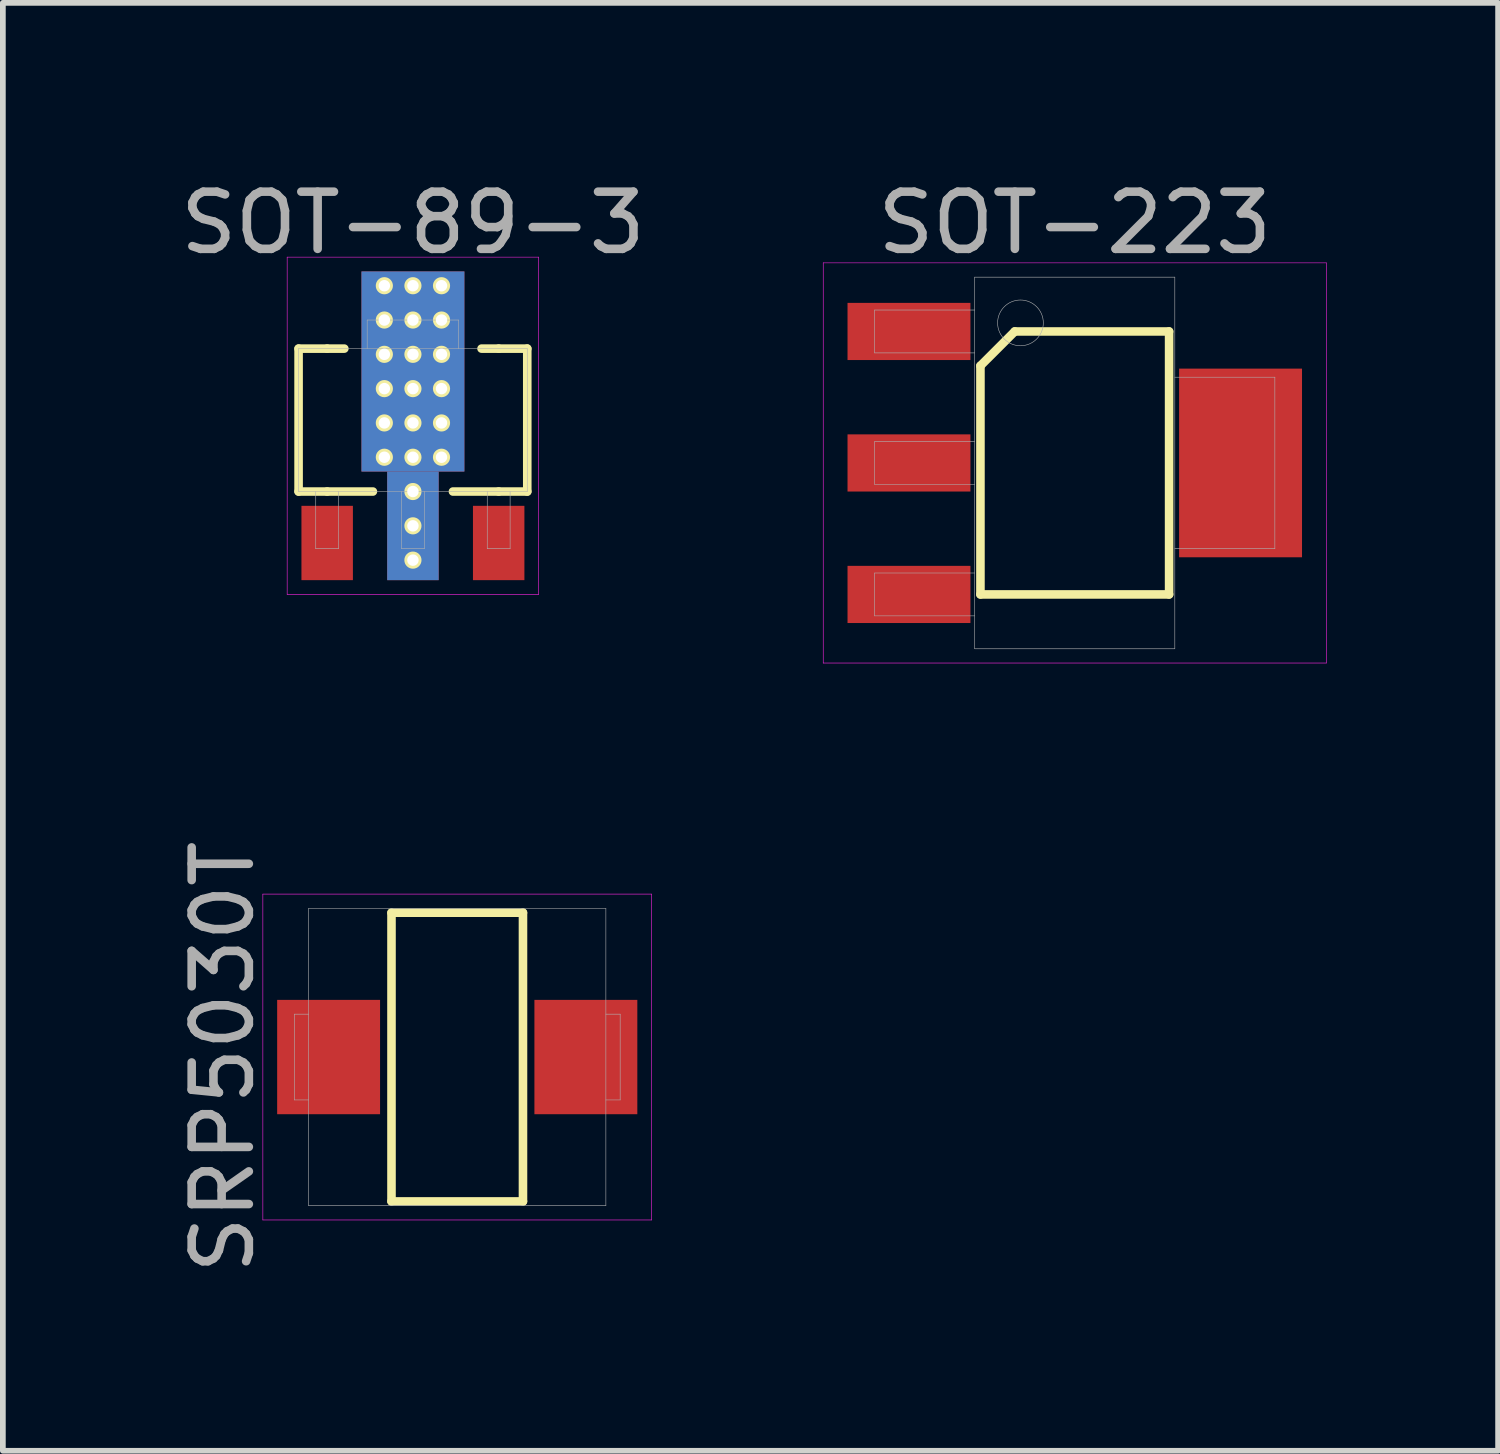
<source format=kicad_pcb>
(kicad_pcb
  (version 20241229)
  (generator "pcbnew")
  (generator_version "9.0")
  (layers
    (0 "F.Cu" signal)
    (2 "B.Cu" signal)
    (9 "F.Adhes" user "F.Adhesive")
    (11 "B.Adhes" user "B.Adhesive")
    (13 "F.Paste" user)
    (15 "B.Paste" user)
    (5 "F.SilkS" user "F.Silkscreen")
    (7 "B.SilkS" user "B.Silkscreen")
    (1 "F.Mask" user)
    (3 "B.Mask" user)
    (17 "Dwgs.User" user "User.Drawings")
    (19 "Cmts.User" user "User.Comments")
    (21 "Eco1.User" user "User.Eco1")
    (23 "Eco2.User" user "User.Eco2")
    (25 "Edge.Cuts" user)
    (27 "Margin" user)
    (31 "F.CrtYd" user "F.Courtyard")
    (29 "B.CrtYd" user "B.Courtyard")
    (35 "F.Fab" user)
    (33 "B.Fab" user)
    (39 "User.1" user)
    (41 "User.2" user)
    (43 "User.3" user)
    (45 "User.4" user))
  (footprint "SRP5030T"
    (layer "F.Cu")
    (at 4.948 15.44)
    (property "Reference" "SRP5030T" (at -4.1 0 90) (layer "F.Fab") (effects (font (size 1 1) (thickness 0.15))))
    (attr through_hole)
    (fp_line (start -1.15 -2.525) (end 1.15 -2.525) (stroke (width 0.15) (type solid)) (layer "F.SilkS"))
    (fp_line (start -1.15 2.525) (end -1.15 -2.525) (stroke (width 0.15) (type solid)) (layer "F.SilkS"))
    (fp_line (start 1.15 -2.525) (end 1.15 2.525) (stroke (width 0.15) (type solid)) (layer "F.SilkS"))
    (fp_line (start 1.15 2.525) (end -1.15 2.525) (stroke (width 0.15) (type solid)) (layer "F.SilkS"))
    (fp_line (start -3.4 -2.85) (end 3.4 -2.85) (stroke (width 0.01) (type solid)) (layer "F.CrtYd"))
    (fp_line (start -3.4 2.85) (end -3.4 -2.85) (stroke (width 0.01) (type solid)) (layer "F.CrtYd"))
    (fp_line (start 3.4 -2.85) (end 3.4 2.85) (stroke (width 0.01) (type solid)) (layer "F.CrtYd"))
    (fp_line (start 3.4 2.85) (end -3.4 2.85) (stroke (width 0.01) (type solid)) (layer "F.CrtYd"))
    (fp_line (start -2.85 -0.75) (end -2.85 0.75) (stroke (width 0.01) (type solid)) (layer "F.Fab"))
    (fp_line (start -2.85 -0.75) (end -2.6 -0.75) (stroke (width 0.01) (type solid)) (layer "F.Fab"))
    (fp_line (start -2.85 0.75) (end -2.6 0.75) (stroke (width 0.01) (type solid)) (layer "F.Fab"))
    (fp_line (start -2.6 -2.6) (end 2.6 -2.6) (stroke (width 0.01) (type solid)) (layer "F.Fab"))
    (fp_line (start -2.6 2.6) (end -2.6 -2.6) (stroke (width 0.01) (type solid)) (layer "F.Fab"))
    (fp_line (start 2.6 -2.6) (end 2.6 2.6) (stroke (width 0.01) (type solid)) (layer "F.Fab"))
    (fp_line (start 2.6 2.6) (end -2.6 2.6) (stroke (width 0.01) (type solid)) (layer "F.Fab"))
    (fp_line (start 2.85 -0.75) (end 2.6 -0.75) (stroke (width 0.01) (type solid)) (layer "F.Fab"))
    (fp_line (start 2.85 -0.75) (end 2.85 0.75) (stroke (width 0.01) (type solid)) (layer "F.Fab"))
    (fp_line (start 2.85 0.75) (end 2.6 0.75) (stroke (width 0.01) (type solid)) (layer "F.Fab"))
    (pad "1" smd rect (at -2.25 0) (size 1.8 2) (layers "F.Cu" "F.Mask" "F.Paste"))
    (pad "2" smd rect (at 2.25 0) (size 1.8 2) (layers "F.Cu" "F.Mask" "F.Paste")))
  (footprint "SOT-89-3"
    (layer "F.Cu")
    (at 4.173 4.348)
    (property "Reference" "SOT-89-3" (at 0 -3.5 0) (layer "F.Fab") (effects (font (size 1 1) (thickness 0.15))))
    (attr through_hole)
    (fp_line (start -2 -1.3) (end -2 1.2) (stroke (width 0.15) (type solid)) (layer "F.SilkS"))
    (fp_line (start -2 1.2) (end -1.5 1.2) (stroke (width 0.15) (type solid)) (layer "F.SilkS"))
    (fp_line (start -1.5 -1.3) (end -2 -1.3) (stroke (width 0.15) (type solid)) (layer "F.SilkS"))
    (fp_line (start -1.5 -1.3) (end -1.2 -1.3) (stroke (width 0.15) (type solid)) (layer "F.SilkS"))
    (fp_line (start -1.5 1.2) (end -0.7 1.2) (stroke (width 0.15) (type solid)) (layer "F.SilkS"))
    (fp_line (start 1.2 -1.3) (end 1.5 -1.3) (stroke (width 0.15) (type solid)) (layer "F.SilkS"))
    (fp_line (start 1.5 1.2) (end 0.7 1.2) (stroke (width 0.15) (type solid)) (layer "F.SilkS"))
    (fp_line (start 1.5 1.2) (end 2 1.2) (stroke (width 0.15) (type solid)) (layer "F.SilkS"))
    (fp_line (start 2 -1.3) (end 1.5 -1.3) (stroke (width 0.15) (type solid)) (layer "F.SilkS"))
    (fp_line (start 2 1.2) (end 2 -1.3) (stroke (width 0.15) (type solid)) (layer "F.SilkS"))
    (fp_line (start -2.2 -2.9) (end -2.2 3) (stroke (width 0.01) (type solid)) (layer "F.CrtYd"))
    (fp_line (start -2.2 3) (end 2.2 3) (stroke (width 0.01) (type solid)) (layer "F.CrtYd"))
    (fp_line (start 2.2 -2.9) (end -2.2 -2.9) (stroke (width 0.01) (type solid)) (layer "F.CrtYd"))
    (fp_line (start 2.2 3) (end 2.2 -2.9) (stroke (width 0.01) (type solid)) (layer "F.CrtYd"))
    (fp_line (start -2 -1.3) (end 2 -1.3) (stroke (width 0.01) (type solid)) (layer "F.Fab"))
    (fp_line (start -2 1.2) (end -2 -1.3) (stroke (width 0.01) (type solid)) (layer "F.Fab"))
    (fp_line (start -1.7 1.2) (end -1.7 2.2) (stroke (width 0.01) (type solid)) (layer "F.Fab"))
    (fp_line (start -1.7 2.2) (end -1.3 2.2) (stroke (width 0.01) (type solid)) (layer "F.Fab"))
    (fp_line (start -1.3 2.2) (end -1.3 1.2) (stroke (width 0.01) (type solid)) (layer "F.Fab"))
    (fp_line (start -0.8 -1.8) (end 0.8 -1.8) (stroke (width 0.01) (type solid)) (layer "F.Fab"))
    (fp_line (start -0.8 -1.3) (end -0.8 -1.8) (stroke (width 0.01) (type solid)) (layer "F.Fab"))
    (fp_line (start -0.2 1.2) (end -0.2 2.2) (stroke (width 0.01) (type solid)) (layer "F.Fab"))
    (fp_line (start -0.2 2.2) (end 0.2 2.2) (stroke (width 0.01) (type solid)) (layer "F.Fab"))
    (fp_line (start 0.2 2.2) (end 0.2 1.2) (stroke (width 0.01) (type solid)) (layer "F.Fab"))
    (fp_line (start 0.8 -1.8) (end 0.8 -1.3) (stroke (width 0.01) (type solid)) (layer "F.Fab"))
    (fp_line (start 1.3 1.2) (end 1.3 2.2) (stroke (width 0.01) (type solid)) (layer "F.Fab"))
    (fp_line (start 1.3 2.2) (end 1.7 2.2) (stroke (width 0.01) (type solid)) (layer "F.Fab"))
    (fp_line (start 1.7 2.2) (end 1.7 1.2) (stroke (width 0.01) (type solid)) (layer "F.Fab"))
    (fp_line (start 2 -1.3) (end 2 1.2) (stroke (width 0.01) (type solid)) (layer "F.Fab"))
    (fp_line (start 2 1.2) (end -2 1.2) (stroke (width 0.01) (type solid)) (layer "F.Fab"))
    (pad "1" smd rect (at -1.5 2.1 180) (size 0.9 1.3) (layers "F.Cu" "F.Mask" "F.Paste"))
    (pad "2" thru_hole circle (at -0.5 -2.4 180) (size 0.3 0.3) (drill 0.2) (layers "*.Cu" "F.Mask" "F.SilkS"))
    (pad "2" thru_hole circle (at -0.5 -1.8 180) (size 0.3 0.3) (drill 0.2) (layers "*.Cu" "F.Mask" "F.SilkS"))
    (pad "2" thru_hole circle (at -0.5 -1.2 180) (size 0.3 0.3) (drill 0.2) (layers "*.Cu" "F.Mask" "F.SilkS"))
    (pad "2" thru_hole circle (at -0.5 -0.6 180) (size 0.3 0.3) (drill 0.2) (layers "*.Cu" "F.Mask" "F.SilkS"))
    (pad "2" thru_hole circle (at -0.5 0 180) (size 0.3 0.3) (drill 0.2) (layers "*.Cu" "F.Mask" "F.SilkS"))
    (pad "2" thru_hole circle (at -0.5 0.6 180) (size 0.3 0.3) (drill 0.2) (layers "*.Cu" "F.Mask" "F.SilkS"))
    (pad "2" thru_hole circle (at 0 -2.4 180) (size 0.3 0.3) (drill 0.2) (layers "*.Cu" "F.Mask" "F.SilkS"))
    (pad "2" thru_hole circle (at 0 -1.8 180) (size 0.3 0.3) (drill 0.2) (layers "*.Cu" "F.Mask" "F.SilkS"))
    (pad "2" thru_hole circle (at 0 -1.2 180) (size 0.3 0.3) (drill 0.2) (layers "*.Cu" "F.Mask" "F.SilkS"))
    (pad "2" smd rect (at 0 -0.9 180) (size 1.8 3.5) (layers "F.Cu" "F.Mask" "F.Paste"))
    (pad "2" smd rect (at 0 -0.9 180) (size 1.8 3.5) (layers "B.Cu"))
    (pad "2" thru_hole circle (at 0 -0.6 180) (size 0.3 0.3) (drill 0.2) (layers "*.Cu" "F.Mask" "F.SilkS"))
    (pad "2" thru_hole circle (at 0 0 180) (size 0.3 0.3) (drill 0.2) (layers "*.Cu" "F.Mask" "F.SilkS"))
    (pad "2" thru_hole circle (at 0 0.6 180) (size 0.3 0.3) (drill 0.2) (layers "*.Cu" "F.Mask" "F.SilkS"))
    (pad "2" thru_hole circle (at 0 1.2 180) (size 0.3 0.3) (drill 0.2) (layers "*.Cu" "F.Mask" "F.SilkS"))
    (pad "2" thru_hole circle (at 0 1.8 180) (size 0.3 0.3) (drill 0.2) (layers "*.Cu" "F.Mask" "F.SilkS"))
    (pad "2" smd rect (at 0 1.8 180) (size 0.9 1.9) (layers "F.Cu" "F.Mask" "F.Paste"))
    (pad "2" smd rect (at 0 1.8 180) (size 0.9 1.9) (layers "B.Cu"))
    (pad "2" thru_hole circle (at 0 2.4 180) (size 0.3 0.3) (drill 0.2) (layers "*.Cu" "F.Mask" "F.SilkS"))
    (pad "2" thru_hole circle (at 0.5 -2.4 180) (size 0.3 0.3) (drill 0.2) (layers "*.Cu" "F.Mask" "F.SilkS"))
    (pad "2" thru_hole circle (at 0.5 -1.8 180) (size 0.3 0.3) (drill 0.2) (layers "*.Cu" "F.Mask" "F.SilkS"))
    (pad "2" thru_hole circle (at 0.5 -1.2 180) (size 0.3 0.3) (drill 0.2) (layers "*.Cu" "F.Mask" "F.SilkS"))
    (pad "2" thru_hole circle (at 0.5 -0.6 180) (size 0.3 0.3) (drill 0.2) (layers "*.Cu" "F.Mask" "F.SilkS"))
    (pad "2" thru_hole circle (at 0.5 0 180) (size 0.3 0.3) (drill 0.2) (layers "*.Cu" "F.Mask" "F.SilkS"))
    (pad "2" thru_hole circle (at 0.5 0.6 180) (size 0.3 0.3) (drill 0.2) (layers "*.Cu" "F.Mask" "F.SilkS"))
    (pad "3" smd rect (at 1.5 2.1 180) (size 0.9 1.3) (layers "F.Cu" "F.Mask" "F.Paste")))
  (footprint "SOT-223"
    (layer "F.Cu")
    (at 15.75 5.048)
    (property "Reference" "SOT-223" (at 0 -4.2 0) (layer "F.Fab") (effects (font (size 1 1) (thickness 0.15))))
    (attr through_hole)
    (fp_line (start -1.65 -1.7) (end -1.05 -2.3) (stroke (width 0.15) (type solid)) (layer "F.SilkS"))
    (fp_line (start -1.65 2.3) (end -1.65 -1.7) (stroke (width 0.15) (type solid)) (layer "F.SilkS"))
    (fp_line (start -1.05 -2.3) (end 1.65 -2.3) (stroke (width 0.15) (type solid)) (layer "F.SilkS"))
    (fp_line (start 1.65 -2.3) (end 1.65 2.3) (stroke (width 0.15) (type solid)) (layer "F.SilkS"))
    (fp_line (start 1.65 2.3) (end -1.65 2.3) (stroke (width 0.15) (type solid)) (layer "F.SilkS"))
    (fp_line (start -4.4 -3.5) (end 4.4 -3.5) (stroke (width 0.01) (type solid)) (layer "F.CrtYd"))
    (fp_line (start -4.4 3.5) (end -4.4 -3.5) (stroke (width 0.01) (type solid)) (layer "F.CrtYd"))
    (fp_line (start 4.4 -3.5) (end 4.4 3.5) (stroke (width 0.01) (type solid)) (layer "F.CrtYd"))
    (fp_line (start 4.4 3.5) (end -4.4 3.5) (stroke (width 0.01) (type solid)) (layer "F.CrtYd"))
    (fp_line (start -3.5 -2.675) (end -1.75 -2.675) (stroke (width 0.01) (type solid)) (layer "F.Fab"))
    (fp_line (start -3.5 -1.925) (end -3.5 -2.675) (stroke (width 0.01) (type solid)) (layer "F.Fab"))
    (fp_line (start -3.5 -0.375) (end -1.75 -0.375) (stroke (width 0.01) (type solid)) (layer "F.Fab"))
    (fp_line (start -3.5 0.375) (end -3.5 -0.375) (stroke (width 0.01) (type solid)) (layer "F.Fab"))
    (fp_line (start -3.5 1.925) (end -1.75 1.925) (stroke (width 0.01) (type solid)) (layer "F.Fab"))
    (fp_line (start -3.5 2.675) (end -3.5 1.925) (stroke (width 0.01) (type solid)) (layer "F.Fab"))
    (fp_line (start -1.75 -3.25) (end 1.75 -3.25) (stroke (width 0.01) (type solid)) (layer "F.Fab"))
    (fp_line (start -1.75 -1.925) (end -3.5 -1.925) (stroke (width 0.01) (type solid)) (layer "F.Fab"))
    (fp_line (start -1.75 0.375) (end -3.5 0.375) (stroke (width 0.01) (type solid)) (layer "F.Fab"))
    (fp_line (start -1.75 2.675) (end -3.5 2.675) (stroke (width 0.01) (type solid)) (layer "F.Fab"))
    (fp_line (start -1.75 3.25) (end -1.75 -3.25) (stroke (width 0.01) (type solid)) (layer "F.Fab"))
    (fp_line (start 1.75 -3.25) (end 1.75 3.25) (stroke (width 0.01) (type solid)) (layer "F.Fab"))
    (fp_line (start 1.75 -1.5) (end 3.5 -1.5) (stroke (width 0.01) (type solid)) (layer "F.Fab"))
    (fp_line (start 1.75 3.25) (end -1.75 3.25) (stroke (width 0.01) (type solid)) (layer "F.Fab"))
    (fp_line (start 3.5 -1.5) (end 3.5 1.5) (stroke (width 0.01) (type solid)) (layer "F.Fab"))
    (fp_line (start 3.5 1.5) (end 1.75 1.5) (stroke (width 0.01) (type solid)) (layer "F.Fab"))
    (fp_circle (center -0.95 -2.45) (end -0.95 -2.05) (stroke (width 0.01) (type solid)) (fill no) (layer "F.Fab"))
    (pad "1" smd rect (at -2.9 -2.3) (size 2.15 1) (layers "F.Cu" "F.Mask" "F.Paste"))
    (pad "2" smd rect (at -2.9 0) (size 2.15 1) (layers "F.Cu" "F.Mask" "F.Paste"))
    (pad "3" smd rect (at -2.9 2.3) (size 2.15 1) (layers "F.Cu" "F.Mask" "F.Paste"))
    (pad "4" smd rect (at 2.9 0) (size 2.15 3.3) (layers "F.Cu" "F.Mask" "F.Paste")))
  (gr_rect
    (start -3 -3)
    (end 23.155 22.327)
    (stroke (width 0.1) (type default))
    (fill no)
    (layer "Edge.Cuts")))
</source>
